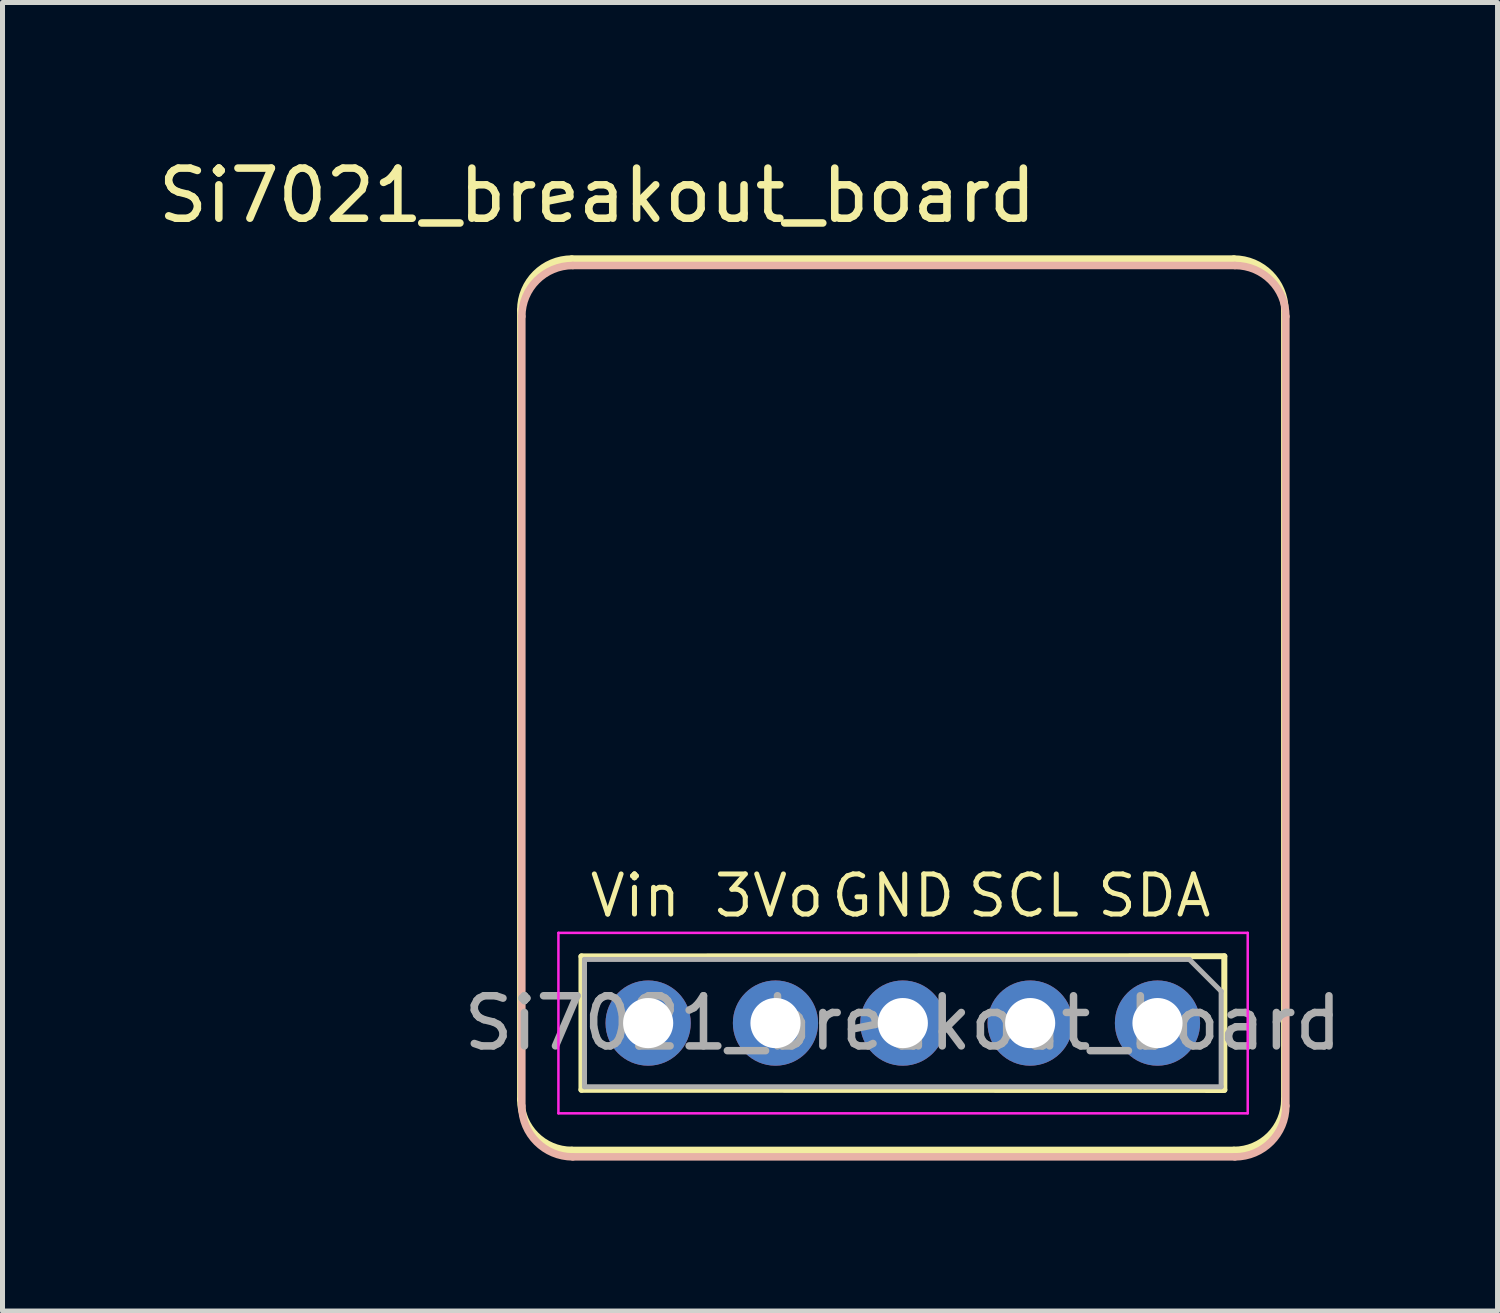
<source format=kicad_pcb>
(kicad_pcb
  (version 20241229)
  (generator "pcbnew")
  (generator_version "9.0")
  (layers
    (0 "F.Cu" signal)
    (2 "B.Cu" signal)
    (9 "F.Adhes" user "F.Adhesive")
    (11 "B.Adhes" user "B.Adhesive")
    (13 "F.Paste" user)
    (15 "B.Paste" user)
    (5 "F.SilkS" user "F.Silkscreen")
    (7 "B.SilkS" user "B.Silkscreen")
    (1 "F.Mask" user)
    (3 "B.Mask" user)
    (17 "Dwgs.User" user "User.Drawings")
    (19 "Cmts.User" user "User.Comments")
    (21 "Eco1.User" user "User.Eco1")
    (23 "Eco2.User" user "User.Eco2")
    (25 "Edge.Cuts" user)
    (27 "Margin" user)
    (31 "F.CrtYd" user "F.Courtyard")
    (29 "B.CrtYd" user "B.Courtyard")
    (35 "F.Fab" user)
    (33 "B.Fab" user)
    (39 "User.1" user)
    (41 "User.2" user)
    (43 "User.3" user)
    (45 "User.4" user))
  (footprint "Si7021_breakout_board"
    (layer "F.Cu")
    (at 14.959 11.008)
    (property "Reference" "Si7021_breakout_board" (at -6.096 -10.16 0) (layer "F.SilkS") (effects (font (size 1 1) (thickness 0.15))))
    (attr through_hole)
    (fp_line (start -7.62 -7.874) (end -7.62 7.874) (stroke (width 0.15) (type solid)) (layer "F.SilkS"))
    (fp_line (start -6.604 8.89) (end 6.604 8.89) (stroke (width 0.15) (type solid)) (layer "F.SilkS"))
    (fp_line (start -6.41 5.02) (end -6.41 7.68) (stroke (width 0.12) (type solid)) (layer "F.SilkS"))
    (fp_line (start 6.413 5.016) (end -6.41 5.02) (stroke (width 0.12) (type solid)) (layer "F.SilkS"))
    (fp_line (start 6.413 5.02) (end 6.413 7.68) (stroke (width 0.12) (type solid)) (layer "F.SilkS"))
    (fp_line (start 6.413 7.684) (end -6.41 7.68) (stroke (width 0.12) (type solid)) (layer "F.SilkS"))
    (fp_line (start 6.604 -8.89) (end -6.604 -8.89) (stroke (width 0.15) (type solid)) (layer "F.SilkS"))
    (fp_line (start 7.62 7.874) (end 7.62 -7.874) (stroke (width 0.15) (type solid)) (layer "F.SilkS"))
    (fp_arc (start -7.62 -7.874) (mid -7.32242 -8.59242) (end -6.604 -8.89) (stroke (width 0.15) (type solid)) (layer "F.SilkS"))
    (fp_arc (start -6.604 8.89) (mid -7.32242 8.59242) (end -7.62 7.874) (stroke (width 0.15) (type solid)) (layer "F.SilkS"))
    (fp_arc (start 6.604 -8.89) (mid 7.32242 -8.59242) (end 7.62 -7.874) (stroke (width 0.15) (type solid)) (layer "F.SilkS"))
    (fp_arc (start 7.62 7.874) (mid 7.32242 8.59242) (end 6.604 8.89) (stroke (width 0.15) (type solid)) (layer "F.SilkS"))
    (fp_line (start -7.6 8.002) (end -7.6 -7.746) (stroke (width 0.15) (type solid)) (layer "B.SilkS"))
    (fp_line (start -6.584 -8.762) (end 6.624 -8.762) (stroke (width 0.15) (type solid)) (layer "B.SilkS"))
    (fp_line (start 6.624 9.018) (end -6.584 9.018) (stroke (width 0.15) (type solid)) (layer "B.SilkS"))
    (fp_line (start 7.64 -7.746) (end 7.64 8.002) (stroke (width 0.15) (type solid)) (layer "B.SilkS"))
    (fp_arc (start -7.599883 -7.745639) (mid -7.302303 -8.464059) (end -6.583883 -8.761639) (stroke (width 0.15) (type solid)) (layer "B.SilkS"))
    (fp_arc (start -6.583883 9.018361) (mid -7.302303 8.720781) (end -7.599883 8.002361) (stroke (width 0.15) (type solid)) (layer "B.SilkS"))
    (fp_arc (start 6.624117 -8.761639) (mid 7.342537 -8.464059) (end 7.640117 -7.745639) (stroke (width 0.15) (type solid)) (layer "B.SilkS"))
    (fp_arc (start 7.640117 8.002361) (mid 7.342537 8.720781) (end 6.624117 9.018361) (stroke (width 0.15) (type solid)) (layer "B.SilkS"))
    (fp_line (start -6.87 4.55) (end -6.87 8.15) (stroke (width 0.05) (type solid)) (layer "F.CrtYd"))
    (fp_line (start -6.87 8.15) (end 6.88 8.15) (stroke (width 0.05) (type solid)) (layer "F.CrtYd"))
    (fp_line (start 6.88 4.55) (end -6.87 4.55) (stroke (width 0.05) (type solid)) (layer "F.CrtYd"))
    (fp_line (start 6.88 8.15) (end 6.88 4.55) (stroke (width 0.05) (type solid)) (layer "F.CrtYd"))
    (fp_line (start -6.35 5.08) (end 5.715 5.08) (stroke (width 0.1) (type solid)) (layer "F.Fab"))
    (fp_line (start -6.35 7.62) (end -6.35 5.08) (stroke (width 0.1) (type solid)) (layer "F.Fab"))
    (fp_line (start 5.715 5.08) (end 6.35 5.715) (stroke (width 0.1) (type solid)) (layer "F.Fab"))
    (fp_line (start 6.35 5.715) (end 6.35 7.62) (stroke (width 0.1) (type solid)) (layer "F.Fab"))
    (fp_line (start 6.35 7.62) (end -6.35 7.62) (stroke (width 0.1) (type solid)) (layer "F.Fab"))
    (fp_text user "3Vo" (at -2.667 3.81 0) (layer "F.SilkS") (effects (font (size 0.8 0.8) (thickness 0.1))))
    (fp_text user "SDA" (at 5.016 3.81 0) (layer "F.SilkS") (effects (font (size 0.8 0.8) (thickness 0.1))))
    (fp_text user "Vin" (at -5.334 3.81 0) (layer "F.SilkS") (effects (font (size 0.8 0.8) (thickness 0.1))))
    (fp_text user "SCL" (at 2.413 3.81 0) (layer "F.SilkS") (effects (font (size 0.8 0.8) (thickness 0.1))))
    (fp_text user "GND" (at -0.191 3.81 0) (layer "F.SilkS") (effects (font (size 0.8 0.8) (thickness 0.1))))
    (fp_text user "${REFERENCE}" (at 0 6.35 0) (layer "F.Fab") (effects (font (size 1 1) (thickness 0.15))))
    (pad "1" thru_hole circle (at 5.08 6.35 270) (size 1.7 1.7) (drill 1) (layers "*.Cu" "*.Mask"))
    (pad "2" thru_hole oval (at 2.54 6.35 270) (size 1.7 1.7) (drill 1) (layers "*.Cu" "*.Mask"))
    (pad "3" thru_hole oval (at 0 6.35 270) (size 1.7 1.7) (drill 1) (layers "*.Cu" "*.Mask"))
    (pad "4" thru_hole oval (at -2.54 6.35 270) (size 1.7 1.7) (drill 1) (layers "*.Cu" "*.Mask"))
    (pad "5" thru_hole oval (at -5.08 6.35 270) (size 1.7 1.7) (drill 1) (layers "*.Cu" "*.Mask")))
  (gr_rect
    (start -3 -3)
    (end 26.822 23.102)
    (stroke (width 0.1) (type default))
    (fill no)
    (layer "Edge.Cuts")))
</source>
